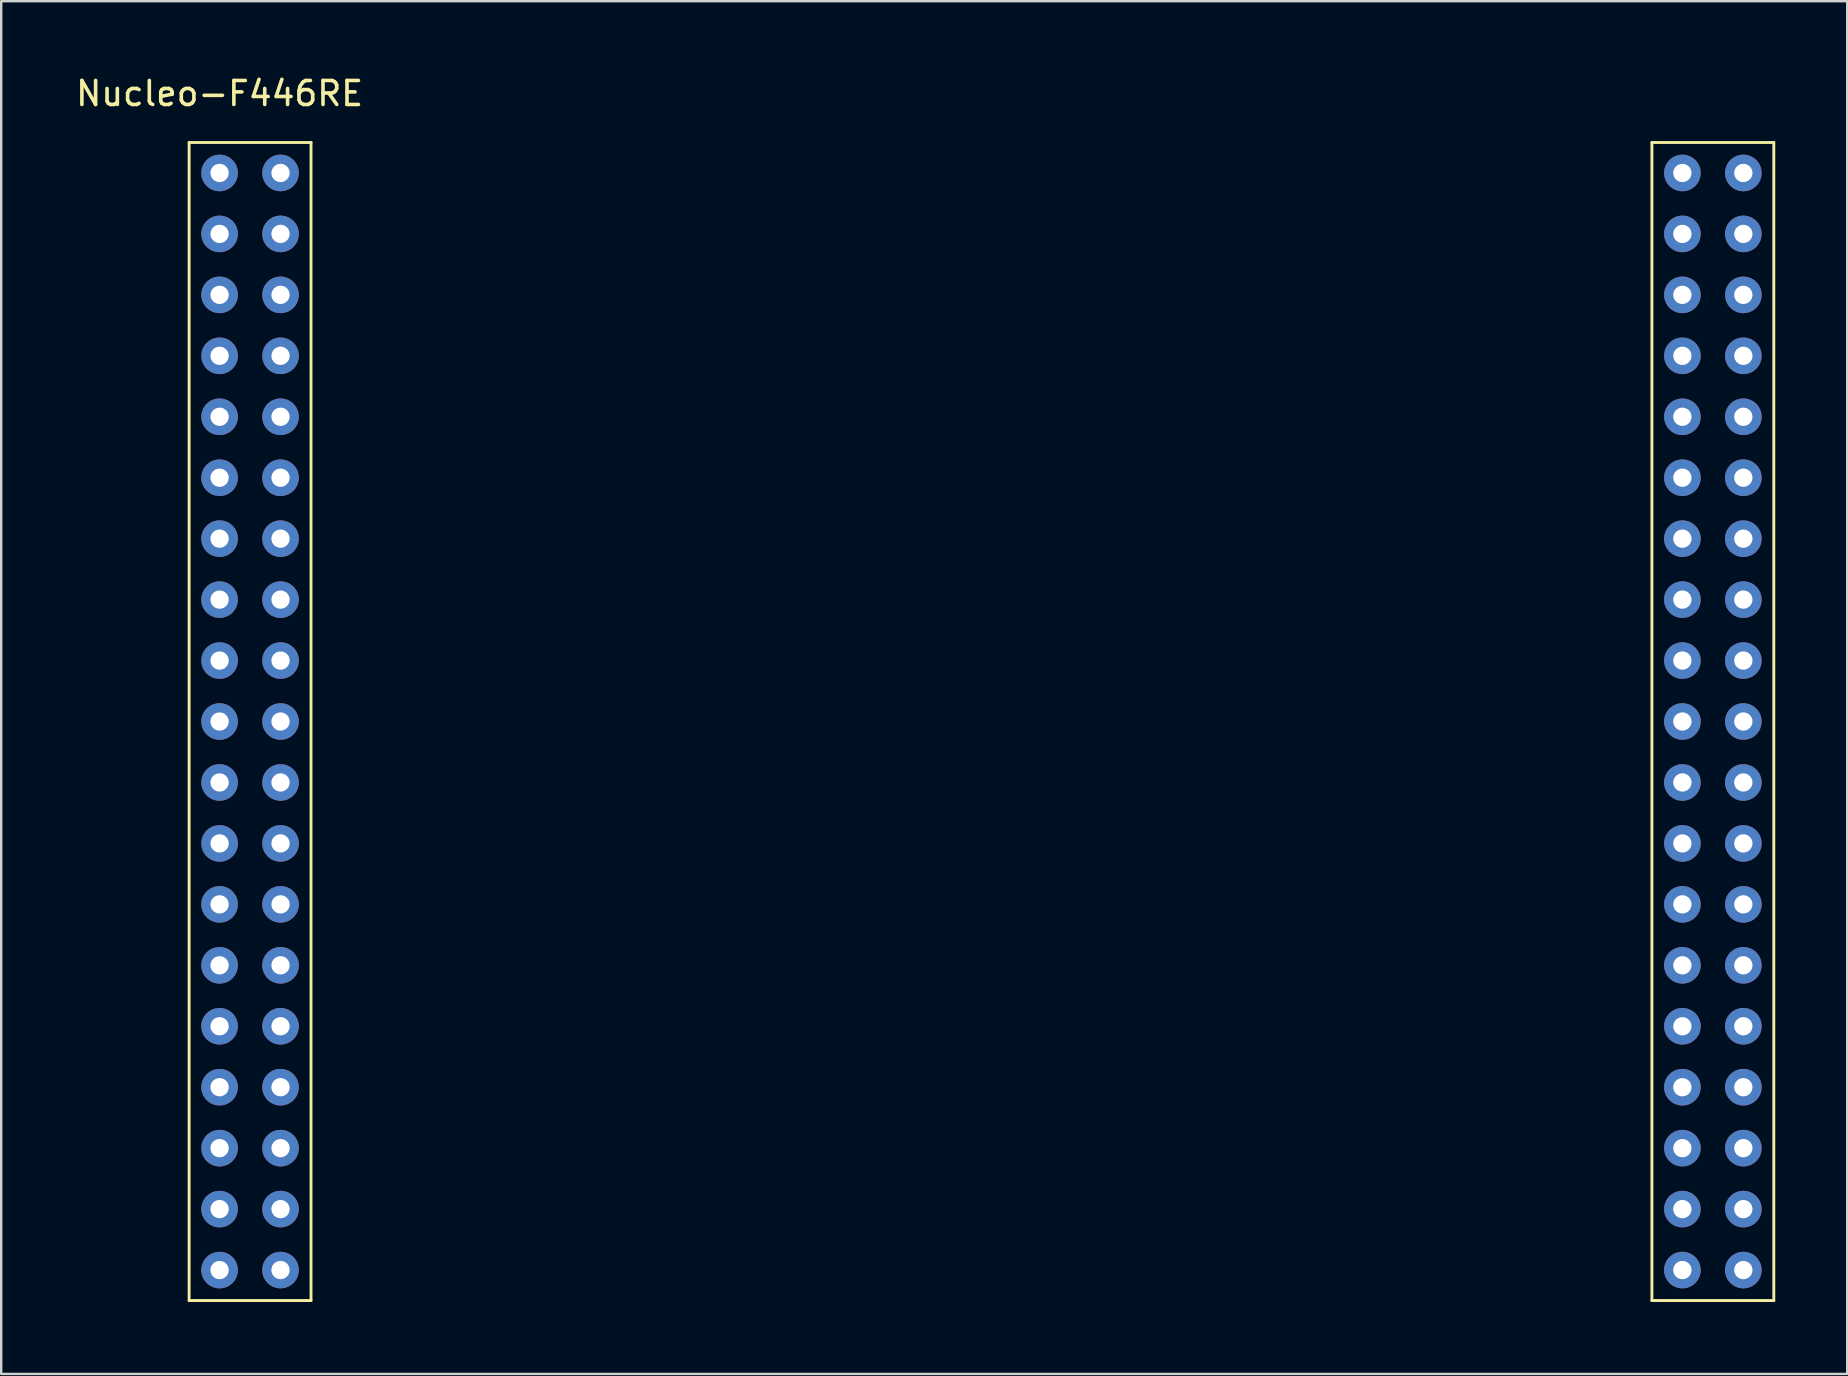
<source format=kicad_pcb>
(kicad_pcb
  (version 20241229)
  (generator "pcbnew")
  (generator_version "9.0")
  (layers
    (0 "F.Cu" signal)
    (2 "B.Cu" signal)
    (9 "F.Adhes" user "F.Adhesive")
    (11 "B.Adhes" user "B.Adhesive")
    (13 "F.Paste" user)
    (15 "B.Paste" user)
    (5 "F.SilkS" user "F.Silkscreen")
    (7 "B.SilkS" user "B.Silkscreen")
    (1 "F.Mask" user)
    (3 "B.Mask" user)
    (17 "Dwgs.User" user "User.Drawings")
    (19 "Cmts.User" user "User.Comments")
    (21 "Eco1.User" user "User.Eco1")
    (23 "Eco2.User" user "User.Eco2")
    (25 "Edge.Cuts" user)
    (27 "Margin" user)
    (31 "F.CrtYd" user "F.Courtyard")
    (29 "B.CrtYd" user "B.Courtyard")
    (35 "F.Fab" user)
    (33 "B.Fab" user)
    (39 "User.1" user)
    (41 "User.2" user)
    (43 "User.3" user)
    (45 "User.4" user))
  (footprint "Nucleo-F446RE"
    (layer "F.Cu")
    (at 6.101 4.158)
    (property "Reference" "Nucleo-F446RE" (at 0 -3.31 0) (layer "F.SilkS") (effects (font (size 1 1) (thickness 0.15))))
    (attr through_hole)
    (fp_line (start -1.27 -1.27) (end 3.81 -1.27) (stroke (width 0.12) (type solid)) (layer "F.SilkS"))
    (fp_line (start -1.27 46.99) (end -1.27 -1.27) (stroke (width 0.12) (type solid)) (layer "F.SilkS"))
    (fp_line (start 3.81 -1.27) (end 3.81 46.99) (stroke (width 0.12) (type solid)) (layer "F.SilkS"))
    (fp_line (start 3.81 46.99) (end -1.27 46.99) (stroke (width 0.12) (type solid)) (layer "F.SilkS"))
    (fp_line (start 59.69 -1.27) (end 64.77 -1.27) (stroke (width 0.12) (type solid)) (layer "F.SilkS"))
    (fp_line (start 59.69 46.99) (end 59.69 -1.27) (stroke (width 0.12) (type solid)) (layer "F.SilkS"))
    (fp_line (start 64.77 -1.27) (end 64.77 46.99) (stroke (width 0.12) (type solid)) (layer "F.SilkS"))
    (fp_line (start 64.77 46.99) (end 59.69 46.99) (stroke (width 0.12) (type solid)) (layer "F.SilkS"))
    (pad "A1" thru_hole circle (at 0 0) (size 1.524 1.524) (drill 0.762) (layers "*.Cu" "F.Mask"))
    (pad "A2" thru_hole circle (at 2.54 0) (size 1.524 1.524) (drill 0.762) (layers "*.Cu" "*.Mask"))
    (pad "A3" thru_hole circle (at 0 2.54) (size 1.524 1.524) (drill 0.762) (layers "*.Cu" "*.Mask"))
    (pad "A4" thru_hole circle (at 2.54 2.54) (size 1.524 1.524) (drill 0.762) (layers "*.Cu" "*.Mask"))
    (pad "A5" thru_hole circle (at 0 5.08) (size 1.524 1.524) (drill 0.762) (layers "*.Cu" "*.Mask"))
    (pad "A6" thru_hole circle (at 2.54 5.08) (size 1.524 1.524) (drill 0.762) (layers "*.Cu" "*.Mask"))
    (pad "A7" thru_hole circle (at 0 7.62) (size 1.524 1.524) (drill 0.762) (layers "*.Cu" "*.Mask"))
    (pad "A8" thru_hole circle (at 2.54 7.62) (size 1.524 1.524) (drill 0.762) (layers "*.Cu" "*.Mask"))
    (pad "A9" thru_hole circle (at 0 10.16) (size 1.524 1.524) (drill 0.762) (layers "*.Cu" "*.Mask"))
    (pad "A10" thru_hole circle (at 2.54 10.16) (size 1.524 1.524) (drill 0.762) (layers "*.Cu" "*.Mask"))
    (pad "A11" thru_hole circle (at 0 12.7) (size 1.524 1.524) (drill 0.762) (layers "*.Cu" "*.Mask"))
    (pad "A12" thru_hole circle (at 2.54 12.7) (size 1.524 1.524) (drill 0.762) (layers "*.Cu" "*.Mask"))
    (pad "A13" thru_hole circle (at 0 15.24) (size 1.524 1.524) (drill 0.762) (layers "*.Cu" "*.Mask"))
    (pad "A14" thru_hole circle (at 2.54 15.24) (size 1.524 1.524) (drill 0.762) (layers "*.Cu" "*.Mask"))
    (pad "A15" thru_hole circle (at 0 17.78) (size 1.524 1.524) (drill 0.762) (layers "*.Cu" "*.Mask"))
    (pad "A16" thru_hole circle (at 2.54 17.78) (size 1.524 1.524) (drill 0.762) (layers "*.Cu" "*.Mask"))
    (pad "A17" thru_hole circle (at 0 20.32) (size 1.524 1.524) (drill 0.762) (layers "*.Cu" "*.Mask"))
    (pad "A18" thru_hole circle (at 2.54 20.32) (size 1.524 1.524) (drill 0.762) (layers "*.Cu" "*.Mask"))
    (pad "A19" thru_hole circle (at 0 22.86) (size 1.524 1.524) (drill 0.762) (layers "*.Cu" "*.Mask"))
    (pad "A20" thru_hole circle (at 2.54 22.86) (size 1.524 1.524) (drill 0.762) (layers "*.Cu" "*.Mask"))
    (pad "A21" thru_hole circle (at 0 25.4) (size 1.524 1.524) (drill 0.762) (layers "*.Cu" "*.Mask"))
    (pad "A22" thru_hole circle (at 2.54 25.4) (size 1.524 1.524) (drill 0.762) (layers "*.Cu" "*.Mask"))
    (pad "A23" thru_hole circle (at 0 27.94) (size 1.524 1.524) (drill 0.762) (layers "*.Cu" "*.Mask"))
    (pad "A24" thru_hole circle (at 2.54 27.94) (size 1.524 1.524) (drill 0.762) (layers "*.Cu" "*.Mask"))
    (pad "A25" thru_hole circle (at 0 30.48) (size 1.524 1.524) (drill 0.762) (layers "*.Cu" "*.Mask"))
    (pad "A26" thru_hole circle (at 2.54 30.48) (size 1.524 1.524) (drill 0.762) (layers "*.Cu" "*.Mask"))
    (pad "A27" thru_hole circle (at 0 33.02) (size 1.524 1.524) (drill 0.762) (layers "*.Cu" "*.Mask"))
    (pad "A28" thru_hole circle (at 2.54 33.02) (size 1.524 1.524) (drill 0.762) (layers "*.Cu" "*.Mask"))
    (pad "A29" thru_hole circle (at 0 35.56) (size 1.524 1.524) (drill 0.762) (layers "*.Cu" "*.Mask"))
    (pad "A30" thru_hole circle (at 2.54 35.56) (size 1.524 1.524) (drill 0.762) (layers "*.Cu" "*.Mask"))
    (pad "A31" thru_hole circle (at 0 38.1) (size 1.524 1.524) (drill 0.762) (layers "*.Cu" "*.Mask"))
    (pad "A32" thru_hole circle (at 2.54 38.1) (size 1.524 1.524) (drill 0.762) (layers "*.Cu" "*.Mask"))
    (pad "A33" thru_hole circle (at 0 40.64) (size 1.524 1.524) (drill 0.762) (layers "*.Cu" "*.Mask"))
    (pad "A34" thru_hole circle (at 2.54 40.64) (size 1.524 1.524) (drill 0.762) (layers "*.Cu" "*.Mask"))
    (pad "A35" thru_hole circle (at 0 43.18) (size 1.524 1.524) (drill 0.762) (layers "*.Cu" "*.Mask"))
    (pad "A36" thru_hole circle (at 2.54 43.18) (size 1.524 1.524) (drill 0.762) (layers "*.Cu" "*.Mask"))
    (pad "A37" thru_hole circle (at 0 45.72) (size 1.524 1.524) (drill 0.762) (layers "*.Cu" "*.Mask"))
    (pad "A38" thru_hole circle (at 2.54 45.72) (size 1.524 1.524) (drill 0.762) (layers "*.Cu" "*.Mask"))
    (pad "B1" thru_hole circle (at 60.96 0) (size 1.524 1.524) (drill 0.762) (layers "*.Cu" "*.Mask"))
    (pad "B2" thru_hole circle (at 63.5 0) (size 1.524 1.524) (drill 0.762) (layers "*.Cu" "*.Mask"))
    (pad "B3" thru_hole circle (at 60.96 2.54) (size 1.524 1.524) (drill 0.762) (layers "*.Cu" "*.Mask"))
    (pad "B4" thru_hole circle (at 63.5 2.54) (size 1.524 1.524) (drill 0.762) (layers "*.Cu" "*.Mask"))
    (pad "B5" thru_hole circle (at 60.96 5.08) (size 1.524 1.524) (drill 0.762) (layers "*.Cu" "*.Mask"))
    (pad "B6" thru_hole circle (at 63.5 5.08) (size 1.524 1.524) (drill 0.762) (layers "*.Cu" "*.Mask"))
    (pad "B7" thru_hole circle (at 60.96 7.62) (size 1.524 1.524) (drill 0.762) (layers "*.Cu" "*.Mask"))
    (pad "B8" thru_hole circle (at 63.5 7.62) (size 1.524 1.524) (drill 0.762) (layers "*.Cu" "*.Mask"))
    (pad "B9" thru_hole circle (at 60.96 10.16) (size 1.524 1.524) (drill 0.762) (layers "*.Cu" "*.Mask"))
    (pad "B10" thru_hole circle (at 63.5 10.16) (size 1.524 1.524) (drill 0.762) (layers "*.Cu" "*.Mask"))
    (pad "B11" thru_hole circle (at 60.96 12.7) (size 1.524 1.524) (drill 0.762) (layers "*.Cu" "*.Mask"))
    (pad "B12" thru_hole circle (at 63.5 12.7) (size 1.524 1.524) (drill 0.762) (layers "*.Cu" "*.Mask"))
    (pad "B13" thru_hole circle (at 60.96 15.24) (size 1.524 1.524) (drill 0.762) (layers "*.Cu" "*.Mask"))
    (pad "B14" thru_hole circle (at 63.5 15.24) (size 1.524 1.524) (drill 0.762) (layers "*.Cu" "*.Mask"))
    (pad "B15" thru_hole circle (at 60.96 17.78) (size 1.524 1.524) (drill 0.762) (layers "*.Cu" "*.Mask"))
    (pad "B16" thru_hole circle (at 63.5 17.78) (size 1.524 1.524) (drill 0.762) (layers "*.Cu" "*.Mask"))
    (pad "B17" thru_hole circle (at 60.96 20.32) (size 1.524 1.524) (drill 0.762) (layers "*.Cu" "*.Mask"))
    (pad "B18" thru_hole circle (at 63.5 20.32) (size 1.524 1.524) (drill 0.762) (layers "*.Cu" "*.Mask"))
    (pad "B19" thru_hole circle (at 60.96 22.86) (size 1.524 1.524) (drill 0.762) (layers "*.Cu" "*.Mask"))
    (pad "B20" thru_hole circle (at 63.5 22.86) (size 1.524 1.524) (drill 0.762) (layers "*.Cu" "*.Mask"))
    (pad "B21" thru_hole circle (at 60.96 25.4) (size 1.524 1.524) (drill 0.762) (layers "*.Cu" "*.Mask"))
    (pad "B22" thru_hole circle (at 63.5 25.4) (size 1.524 1.524) (drill 0.762) (layers "*.Cu" "*.Mask"))
    (pad "B23" thru_hole circle (at 60.96 27.94) (size 1.524 1.524) (drill 0.762) (layers "*.Cu" "*.Mask"))
    (pad "B24" thru_hole circle (at 63.5 27.94) (size 1.524 1.524) (drill 0.762) (layers "*.Cu" "*.Mask"))
    (pad "B25" thru_hole circle (at 60.96 30.48) (size 1.524 1.524) (drill 0.762) (layers "*.Cu" "*.Mask"))
    (pad "B26" thru_hole circle (at 63.5 30.48) (size 1.524 1.524) (drill 0.762) (layers "*.Cu" "*.Mask"))
    (pad "B27" thru_hole circle (at 60.96 33.02) (size 1.524 1.524) (drill 0.762) (layers "*.Cu" "*.Mask"))
    (pad "B28" thru_hole circle (at 63.5 33.02) (size 1.524 1.524) (drill 0.762) (layers "*.Cu" "*.Mask"))
    (pad "B29" thru_hole circle (at 60.96 35.56) (size 1.524 1.524) (drill 0.762) (layers "*.Cu" "*.Mask"))
    (pad "B30" thru_hole circle (at 63.5 35.56) (size 1.524 1.524) (drill 0.762) (layers "*.Cu" "*.Mask"))
    (pad "B31" thru_hole circle (at 60.96 38.1) (size 1.524 1.524) (drill 0.762) (layers "*.Cu" "*.Mask"))
    (pad "B32" thru_hole circle (at 63.5 38.1) (size 1.524 1.524) (drill 0.762) (layers "*.Cu" "*.Mask"))
    (pad "B33" thru_hole circle (at 60.96 40.64) (size 1.524 1.524) (drill 0.762) (layers "*.Cu" "*.Mask"))
    (pad "B34" thru_hole circle (at 63.5 40.64) (size 1.524 1.524) (drill 0.762) (layers "*.Cu" "*.Mask"))
    (pad "B35" thru_hole circle (at 60.96 43.18) (size 1.524 1.524) (drill 0.762) (layers "*.Cu" "*.Mask"))
    (pad "B36" thru_hole circle (at 63.5 43.18) (size 1.524 1.524) (drill 0.762) (layers "*.Cu" "*.Mask"))
    (pad "B37" thru_hole circle (at 60.96 45.72) (size 1.524 1.524) (drill 0.762) (layers "*.Cu" "*.Mask"))
    (pad "B38" thru_hole circle (at 63.5 45.72) (size 1.524 1.524) (drill 0.762) (layers "*.Cu" "*.Mask")))
  (gr_rect
    (start -3 -3)
    (end 73.931 54.208)
    (stroke (width 0.1) (type default))
    (fill no)
    (layer "Edge.Cuts")))
</source>
